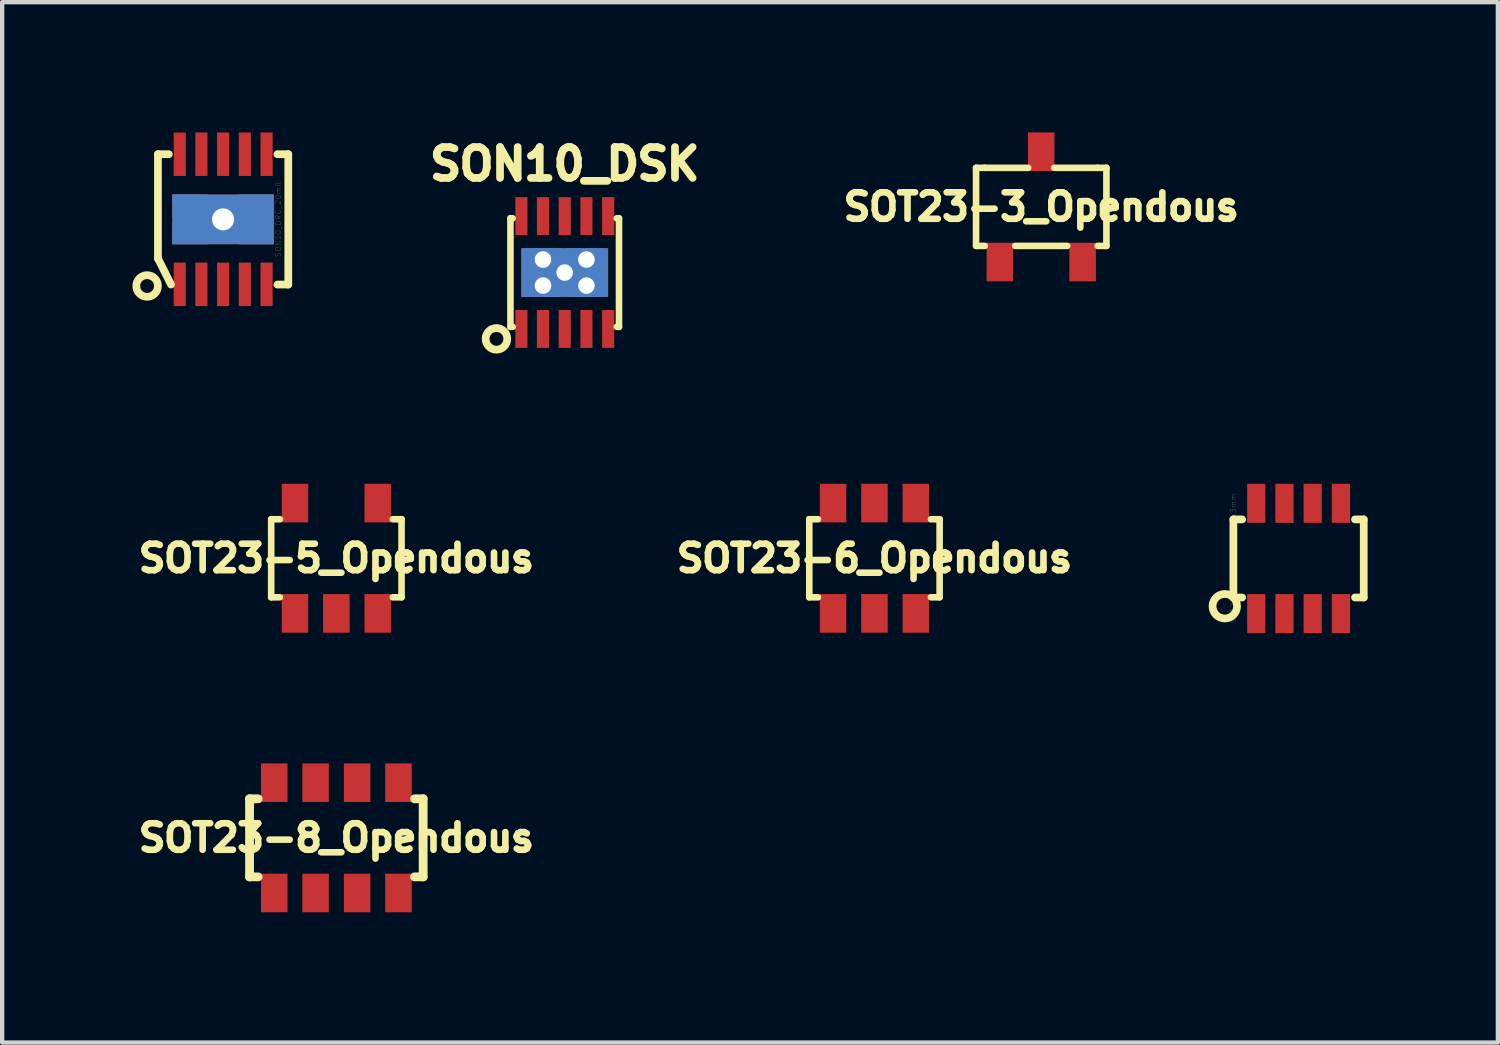
<source format=kicad_pcb>
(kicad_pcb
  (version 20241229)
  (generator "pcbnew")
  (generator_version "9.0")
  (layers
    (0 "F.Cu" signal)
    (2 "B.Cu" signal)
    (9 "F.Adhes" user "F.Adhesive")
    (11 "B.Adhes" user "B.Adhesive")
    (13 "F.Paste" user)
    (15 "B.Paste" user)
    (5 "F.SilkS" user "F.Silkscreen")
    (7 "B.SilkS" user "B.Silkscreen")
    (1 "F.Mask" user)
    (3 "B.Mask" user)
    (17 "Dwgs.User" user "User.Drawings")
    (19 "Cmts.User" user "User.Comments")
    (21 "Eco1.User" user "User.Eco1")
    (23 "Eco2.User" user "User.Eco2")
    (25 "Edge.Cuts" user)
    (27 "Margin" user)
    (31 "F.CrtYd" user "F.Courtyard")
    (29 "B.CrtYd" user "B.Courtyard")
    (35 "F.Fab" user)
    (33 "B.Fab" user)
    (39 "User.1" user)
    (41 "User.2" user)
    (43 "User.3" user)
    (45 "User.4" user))
  (footprint "SOT23-8_0.65mmPitch_3x3mm"
    (layer "F.Cu")
    (at 26.855 9.811)
    (property "Reference" "SOT23-8_0.65mmPitch_3x3mm" (at -1.501 0 90) (layer "F.SilkS") (effects (font (size 0.127 0.127) (thickness 0.003))))
    (attr smd)
    (fp_line (start -1.501 -0.899) (end -1.501 0.899) (stroke (width 0.178) (type solid)) (layer "F.SilkS"))
    (fp_line (start -1.501 -0.899) (end -1.3 -0.899) (stroke (width 0.178) (type solid)) (layer "F.SilkS"))
    (fp_line (start -1.501 0.899) (end -1.3 0.899) (stroke (width 0.178) (type solid)) (layer "F.SilkS"))
    (fp_line (start 1.501 -0.899) (end 1.3 -0.899) (stroke (width 0.178) (type solid)) (layer "F.SilkS"))
    (fp_line (start 1.501 -0.899) (end 1.501 0.899) (stroke (width 0.178) (type solid)) (layer "F.SilkS"))
    (fp_line (start 1.501 0.899) (end 1.3 0.899) (stroke (width 0.178) (type solid)) (layer "F.SilkS"))
    (fp_circle (center -1.699 1.1) (end -1.501 0.899) (stroke (width 0.178) (type solid)) (fill no) (layer "F.SilkS"))
    (pad "1" smd rect (at -0.975 1.27) (size 0.419 0.899) (layers "F.Cu" "F.Mask" "F.Paste"))
    (pad "2" smd rect (at -0.325 1.27) (size 0.419 0.899) (layers "F.Cu" "F.Mask" "F.Paste"))
    (pad "3" smd rect (at 0.325 1.27) (size 0.419 0.899) (layers "F.Cu" "F.Mask" "F.Paste"))
    (pad "4" smd rect (at 0.975 1.27) (size 0.419 0.899) (layers "F.Cu" "F.Mask" "F.Paste"))
    (pad "5" smd rect (at 0.975 -1.27) (size 0.419 0.899) (layers "F.Cu" "F.Mask" "F.Paste"))
    (pad "6" smd rect (at 0.325 -1.27) (size 0.419 0.899) (layers "F.Cu" "F.Mask" "F.Paste"))
    (pad "7" smd rect (at -0.325 -1.27) (size 0.419 0.899) (layers "F.Cu" "F.Mask"))
    (pad "8" smd rect (at -0.975 -1.27) (size 0.419 0.899) (layers "F.Cu" "F.Mask" "F.Paste")))
  (footprint "SON10_DRC_20mil"
    (layer "F.Cu")
    (at 2.088 2.002)
    (property "Reference" "SON10_DRC_20mil" (at 1.27 0 90) (layer "F.SilkS") (effects (font (size 0.127 0.127) (thickness 0.003))))
    (attr smd)
    (fp_line (start -1.501 -1.501) (end -1.501 0.899) (stroke (width 0.178) (type solid)) (layer "F.SilkS"))
    (fp_line (start -1.501 -1.501) (end -1.25 -1.501) (stroke (width 0.178) (type solid)) (layer "F.SilkS"))
    (fp_line (start -1.501 0.899) (end -1.199 1.501) (stroke (width 0.178) (type solid)) (layer "F.SilkS"))
    (fp_line (start 1.501 -1.501) (end 1.25 -1.501) (stroke (width 0.178) (type solid)) (layer "F.SilkS"))
    (fp_line (start 1.501 -1.501) (end 1.501 1.501) (stroke (width 0.178) (type solid)) (layer "F.SilkS"))
    (fp_line (start 1.501 1.501) (end 1.25 1.501) (stroke (width 0.178) (type solid)) (layer "F.SilkS"))
    (fp_circle (center -1.75 1.534) (end -1.999 1.534) (stroke (width 0.178) (type solid)) (fill no) (layer "F.SilkS"))
    (pad "1" smd rect (at -0.998 1.496) (size 0.279 1.001) (layers "F.Cu" "F.Mask" "F.Paste"))
    (pad "2" smd rect (at -0.5 1.496) (size 0.279 1.001) (layers "F.Cu" "F.Mask" "F.Paste"))
    (pad "3" smd rect (at 0 1.496) (size 0.279 1.001) (layers "F.Cu" "F.Mask" "F.Paste"))
    (pad "4" smd rect (at 0.5 1.496) (size 0.279 1.001) (layers "F.Cu" "F.Mask" "F.Paste"))
    (pad "5" smd rect (at 1.001 1.496) (size 0.279 1.001) (layers "F.Cu" "F.Mask" "F.Paste"))
    (pad "6" smd rect (at 1.001 -1.501) (size 0.279 1.001) (layers "F.Cu" "F.Mask" "F.Paste"))
    (pad "7" smd rect (at 0.5 -1.501) (size 0.279 1.001) (layers "F.Cu" "F.Mask" "F.Paste"))
    (pad "8" smd rect (at 0 -1.501) (size 0.279 1.001) (layers "F.Cu" "F.Mask" "F.Paste"))
    (pad "9" smd rect (at -0.5 -1.501) (size 0.279 1.001) (layers "F.Cu" "F.Mask" "F.Paste"))
    (pad "10" smd rect (at -0.998 -1.501) (size 0.279 1.001) (layers "F.Cu" "F.Mask" "F.Paste"))
    (pad "11" thru_hole rect (at -0.762 -0.318) (size 0.813 0.508) (drill 0.000001) (layers "*.Cu" "F.Mask" "F.Paste"))
    (pad "11" thru_hole rect (at -0.762 0.318) (size 0.813 0.508) (drill 0.000001) (layers "*.Cu" "F.Mask" "F.Paste"))
    (pad "11" thru_hole rect (at 0 0) (size 2.337 1.143) (drill 0.508) (layers "*.Cu" "F.Mask"))
    (pad "11" thru_hole rect (at 0.762 -0.318) (size 0.813 0.508) (drill 0.000001) (layers "*.Cu" "F.Mask" "F.Paste"))
    (pad "11" thru_hole rect (at 0.762 0.318) (size 0.813 0.508) (drill 0.000001) (layers "*.Cu" "F.Mask" "F.Paste")))
  (footprint "SOT23-8_Opendous"
    (layer "F.Cu")
    (at 4.696 16.245)
    (property "Reference" "SOT23-8_Opendous" (at 0 0 0) (layer "F.SilkS") (effects (font (size 0.61 0.61) (thickness 0.152))))
    (attr smd)
    (fp_line (start -1.999 0.899) (end -1.999 -0.899) (stroke (width 0.203) (type solid)) (layer "F.SilkS"))
    (fp_line (start -1.999 0.899) (end -1.801 0.899) (stroke (width 0.203) (type solid)) (layer "F.SilkS"))
    (fp_line (start -1.801 -0.899) (end -1.999 -0.899) (stroke (width 0.203) (type solid)) (layer "F.SilkS"))
    (fp_line (start 1.801 -0.899) (end 1.999 -0.899) (stroke (width 0.203) (type solid)) (layer "F.SilkS"))
    (fp_line (start 1.999 -0.899) (end 1.999 0.899) (stroke (width 0.203) (type solid)) (layer "F.SilkS"))
    (fp_line (start 1.999 0.899) (end 1.801 0.899) (stroke (width 0.203) (type solid)) (layer "F.SilkS"))
    (pad "1" smd rect (at -1.43 1.27) (size 0.61 0.889) (layers "F.Cu" "F.Mask" "F.Paste"))
    (pad "2" smd rect (at -0.478 1.27) (size 0.61 0.889) (layers "F.Cu" "F.Mask" "F.Paste"))
    (pad "3" smd rect (at 0.478 1.27) (size 0.61 0.889) (layers "F.Cu" "F.Mask" "F.Paste"))
    (pad "4" smd rect (at 1.43 1.27) (size 0.61 0.889) (layers "F.Cu" "F.Mask" "F.Paste"))
    (pad "5" smd rect (at 1.43 -1.27) (size 0.61 0.889) (layers "F.Cu" "F.Mask" "F.Paste"))
    (pad "6" smd rect (at 0.478 -1.27) (size 0.61 0.889) (layers "F.Cu" "F.Mask" "F.Paste"))
    (pad "7" smd rect (at -0.478 -1.27) (size 0.61 0.889) (layers "F.Cu" "F.Mask"))
    (pad "8" smd rect (at -1.43 -1.27) (size 0.61 0.889) (layers "F.Cu" "F.Mask" "F.Paste")))
  (footprint "SON10_DSK"
    (layer "F.Cu")
    (at 9.955 3.227)
    (property "Reference" "SON10_DSK" (at 0 -2.499 0) (layer "F.SilkS") (effects (font (size 0.711 0.711) (thickness 0.178))))
    (attr smd)
    (fp_line (start -1.25 -1.25) (end -1.25 1.25) (stroke (width 0.152) (type solid)) (layer "F.SilkS"))
    (fp_line (start -1.25 -1.25) (end -1.199 -1.25) (stroke (width 0.152) (type solid)) (layer "F.SilkS"))
    (fp_line (start -1.25 1.25) (end -1.199 1.25) (stroke (width 0.152) (type solid)) (layer "F.SilkS"))
    (fp_line (start 1.25 -1.25) (end 1.199 -1.25) (stroke (width 0.152) (type solid)) (layer "F.SilkS"))
    (fp_line (start 1.25 -1.25) (end 1.25 1.25) (stroke (width 0.152) (type solid)) (layer "F.SilkS"))
    (fp_line (start 1.25 1.25) (end 1.199 1.25) (stroke (width 0.152) (type solid)) (layer "F.SilkS"))
    (fp_circle (center -1.572 1.527) (end -1.821 1.527) (stroke (width 0.178) (type solid)) (fill no) (layer "F.SilkS"))
    (pad "1" smd rect (at -0.998 1.298) (size 0.279 0.874) (layers "F.Cu" "F.Mask" "F.Paste"))
    (pad "2" smd rect (at -0.5 1.298) (size 0.279 0.874) (layers "F.Cu" "F.Mask" "F.Paste"))
    (pad "3" smd rect (at 0 1.298) (size 0.279 0.874) (layers "F.Cu" "F.Mask" "F.Paste"))
    (pad "4" smd rect (at 0.5 1.298) (size 0.279 0.874) (layers "F.Cu" "F.Mask" "F.Paste"))
    (pad "5" smd rect (at 1.001 1.298) (size 0.279 0.874) (layers "F.Cu" "F.Mask" "F.Paste"))
    (pad "6" smd rect (at 1.001 -1.3) (size 0.279 0.874) (layers "F.Cu" "F.Mask" "F.Paste"))
    (pad "7" smd rect (at 0.5 -1.3) (size 0.279 0.874) (layers "F.Cu" "F.Mask" "F.Paste"))
    (pad "8" smd rect (at 0 -1.3) (size 0.279 0.874) (layers "F.Cu" "F.Mask" "F.Paste"))
    (pad "9" smd rect (at -0.5 -1.3) (size 0.279 0.874) (layers "F.Cu" "F.Mask" "F.Paste"))
    (pad "10" smd rect (at -0.998 -1.3) (size 0.279 0.874) (layers "F.Cu" "F.Mask" "F.Paste"))
    (pad "11" thru_hole rect (at -0.5 -0.3) (size 0.899 0.521) (drill 0.381) (layers "*.Cu" "F.Mask" "F.Paste"))
    (pad "11" thru_hole rect (at -0.5 0.3) (size 0.899 0.521) (drill 0.381) (layers "*.Cu" "F.Mask" "F.Paste"))
    (pad "11" thru_hole rect (at 0 0) (size 1.999 1.118) (drill 0.381) (layers "*.Cu" "F.Mask"))
    (pad "11" thru_hole rect (at 0.5 -0.3) (size 0.899 0.521) (drill 0.381) (layers "*.Cu" "F.Mask" "F.Paste"))
    (pad "11" thru_hole rect (at 0.5 0.3) (size 0.899 0.521) (drill 0.381) (layers "*.Cu" "F.Mask" "F.Paste")))
  (footprint "SOT23-3_Opendous"
    (layer "F.Cu")
    (at 20.929 1.714)
    (property "Reference" "SOT23-3_Opendous" (at 0 0 0) (layer "F.SilkS") (effects (font (size 0.61 0.61) (thickness 0.152))))
    (attr smd)
    (fp_line (start -1.501 -0.899) (end -1.501 0.899) (stroke (width 0.152) (type solid)) (layer "F.SilkS"))
    (fp_line (start -1.501 -0.899) (end -1.3 -0.899) (stroke (width 0.152) (type solid)) (layer "F.SilkS"))
    (fp_line (start -1.501 0.899) (end -1.3 0.899) (stroke (width 0.152) (type solid)) (layer "F.SilkS"))
    (fp_line (start -1.3 -0.899) (end -0.3 -0.899) (stroke (width 0.152) (type solid)) (layer "F.SilkS"))
    (fp_line (start -0.599 0.899) (end 0.599 0.899) (stroke (width 0.152) (type solid)) (layer "F.SilkS"))
    (fp_line (start 1.3 -0.899) (end 0.3 -0.899) (stroke (width 0.152) (type solid)) (layer "F.SilkS"))
    (fp_line (start 1.501 -0.899) (end 1.3 -0.899) (stroke (width 0.152) (type solid)) (layer "F.SilkS"))
    (fp_line (start 1.501 0.899) (end 1.3 0.899) (stroke (width 0.152) (type solid)) (layer "F.SilkS"))
    (fp_line (start 1.501 0.899) (end 1.501 -0.899) (stroke (width 0.152) (type solid)) (layer "F.SilkS"))
    (pad "1" smd rect (at -0.953 1.27) (size 0.61 0.889) (layers "F.Cu" "F.Mask" "F.Paste"))
    (pad "2" smd rect (at 0.953 1.27) (size 0.61 0.889) (layers "F.Cu" "F.Mask" "F.Paste"))
    (pad "3" smd rect (at 0 -1.27) (size 0.61 0.889) (layers "F.Cu" "F.Mask" "F.Paste")))
  (footprint "SOT23-6_Opendous"
    (layer "F.Cu")
    (at 17.088 9.806)
    (property "Reference" "SOT23-6_Opendous" (at 0 0 0) (layer "F.SilkS") (effects (font (size 0.61 0.61) (thickness 0.152))))
    (attr smd)
    (fp_line (start -1.501 -0.899) (end -1.501 0.899) (stroke (width 0.152) (type solid)) (layer "F.SilkS"))
    (fp_line (start -1.501 -0.899) (end -1.3 -0.899) (stroke (width 0.152) (type solid)) (layer "F.SilkS"))
    (fp_line (start -1.501 0.899) (end -1.3 0.899) (stroke (width 0.152) (type solid)) (layer "F.SilkS"))
    (fp_line (start 1.501 -0.899) (end 1.3 -0.899) (stroke (width 0.152) (type solid)) (layer "F.SilkS"))
    (fp_line (start 1.501 0.899) (end 1.3 0.899) (stroke (width 0.152) (type solid)) (layer "F.SilkS"))
    (fp_line (start 1.501 0.899) (end 1.501 -0.899) (stroke (width 0.152) (type solid)) (layer "F.SilkS"))
    (pad "1" smd rect (at -0.953 1.27) (size 0.61 0.889) (layers "F.Cu" "F.Mask" "F.Paste"))
    (pad "2" smd rect (at 0 1.27) (size 0.61 0.889) (layers "F.Cu" "F.Mask" "F.Paste"))
    (pad "3" smd rect (at 0.953 1.27) (size 0.61 0.889) (layers "F.Cu" "F.Mask" "F.Paste"))
    (pad "4" smd rect (at 0.953 -1.27) (size 0.61 0.889) (layers "F.Cu" "F.Mask" "F.Paste"))
    (pad "5" smd rect (at 0 -1.27) (size 0.61 0.889) (layers "F.Cu" "F.Mask"))
    (pad "6" smd rect (at -0.953 -1.27) (size 0.61 0.889) (layers "F.Cu" "F.Mask" "F.Paste")))
  (footprint "SOT23-5_Opendous"
    (layer "F.Cu")
    (at 4.696 9.806)
    (property "Reference" "SOT23-5_Opendous" (at 0 0 0) (layer "F.SilkS") (effects (font (size 0.61 0.61) (thickness 0.152))))
    (attr smd)
    (fp_line (start -1.501 -0.899) (end -1.501 0.899) (stroke (width 0.152) (type solid)) (layer "F.SilkS"))
    (fp_line (start -1.501 -0.899) (end -1.3 -0.899) (stroke (width 0.152) (type solid)) (layer "F.SilkS"))
    (fp_line (start -1.501 0.899) (end -1.3 0.899) (stroke (width 0.152) (type solid)) (layer "F.SilkS"))
    (fp_line (start 1.501 -0.899) (end 1.3 -0.899) (stroke (width 0.152) (type solid)) (layer "F.SilkS"))
    (fp_line (start 1.501 0.899) (end 1.3 0.899) (stroke (width 0.152) (type solid)) (layer "F.SilkS"))
    (fp_line (start 1.501 0.899) (end 1.501 -0.899) (stroke (width 0.152) (type solid)) (layer "F.SilkS"))
    (pad "1" smd rect (at -0.953 1.27) (size 0.61 0.889) (layers "F.Cu" "F.Mask" "F.Paste"))
    (pad "2" smd rect (at 0 1.27) (size 0.61 0.889) (layers "F.Cu" "F.Mask" "F.Paste"))
    (pad "3" smd rect (at 0.953 1.27) (size 0.61 0.889) (layers "F.Cu" "F.Mask" "F.Paste"))
    (pad "4" smd rect (at 0.953 -1.27) (size 0.61 0.889) (layers "F.Cu" "F.Mask" "F.Paste"))
    (pad "5" smd rect (at -0.953 -1.27) (size 0.61 0.889) (layers "F.Cu" "F.Mask" "F.Paste")))
  (gr_rect
    (start -3 -3)
    (end 31.445 20.96)
    (stroke (width 0.1) (type default))
    (fill no)
    (layer "Edge.Cuts")))
</source>
